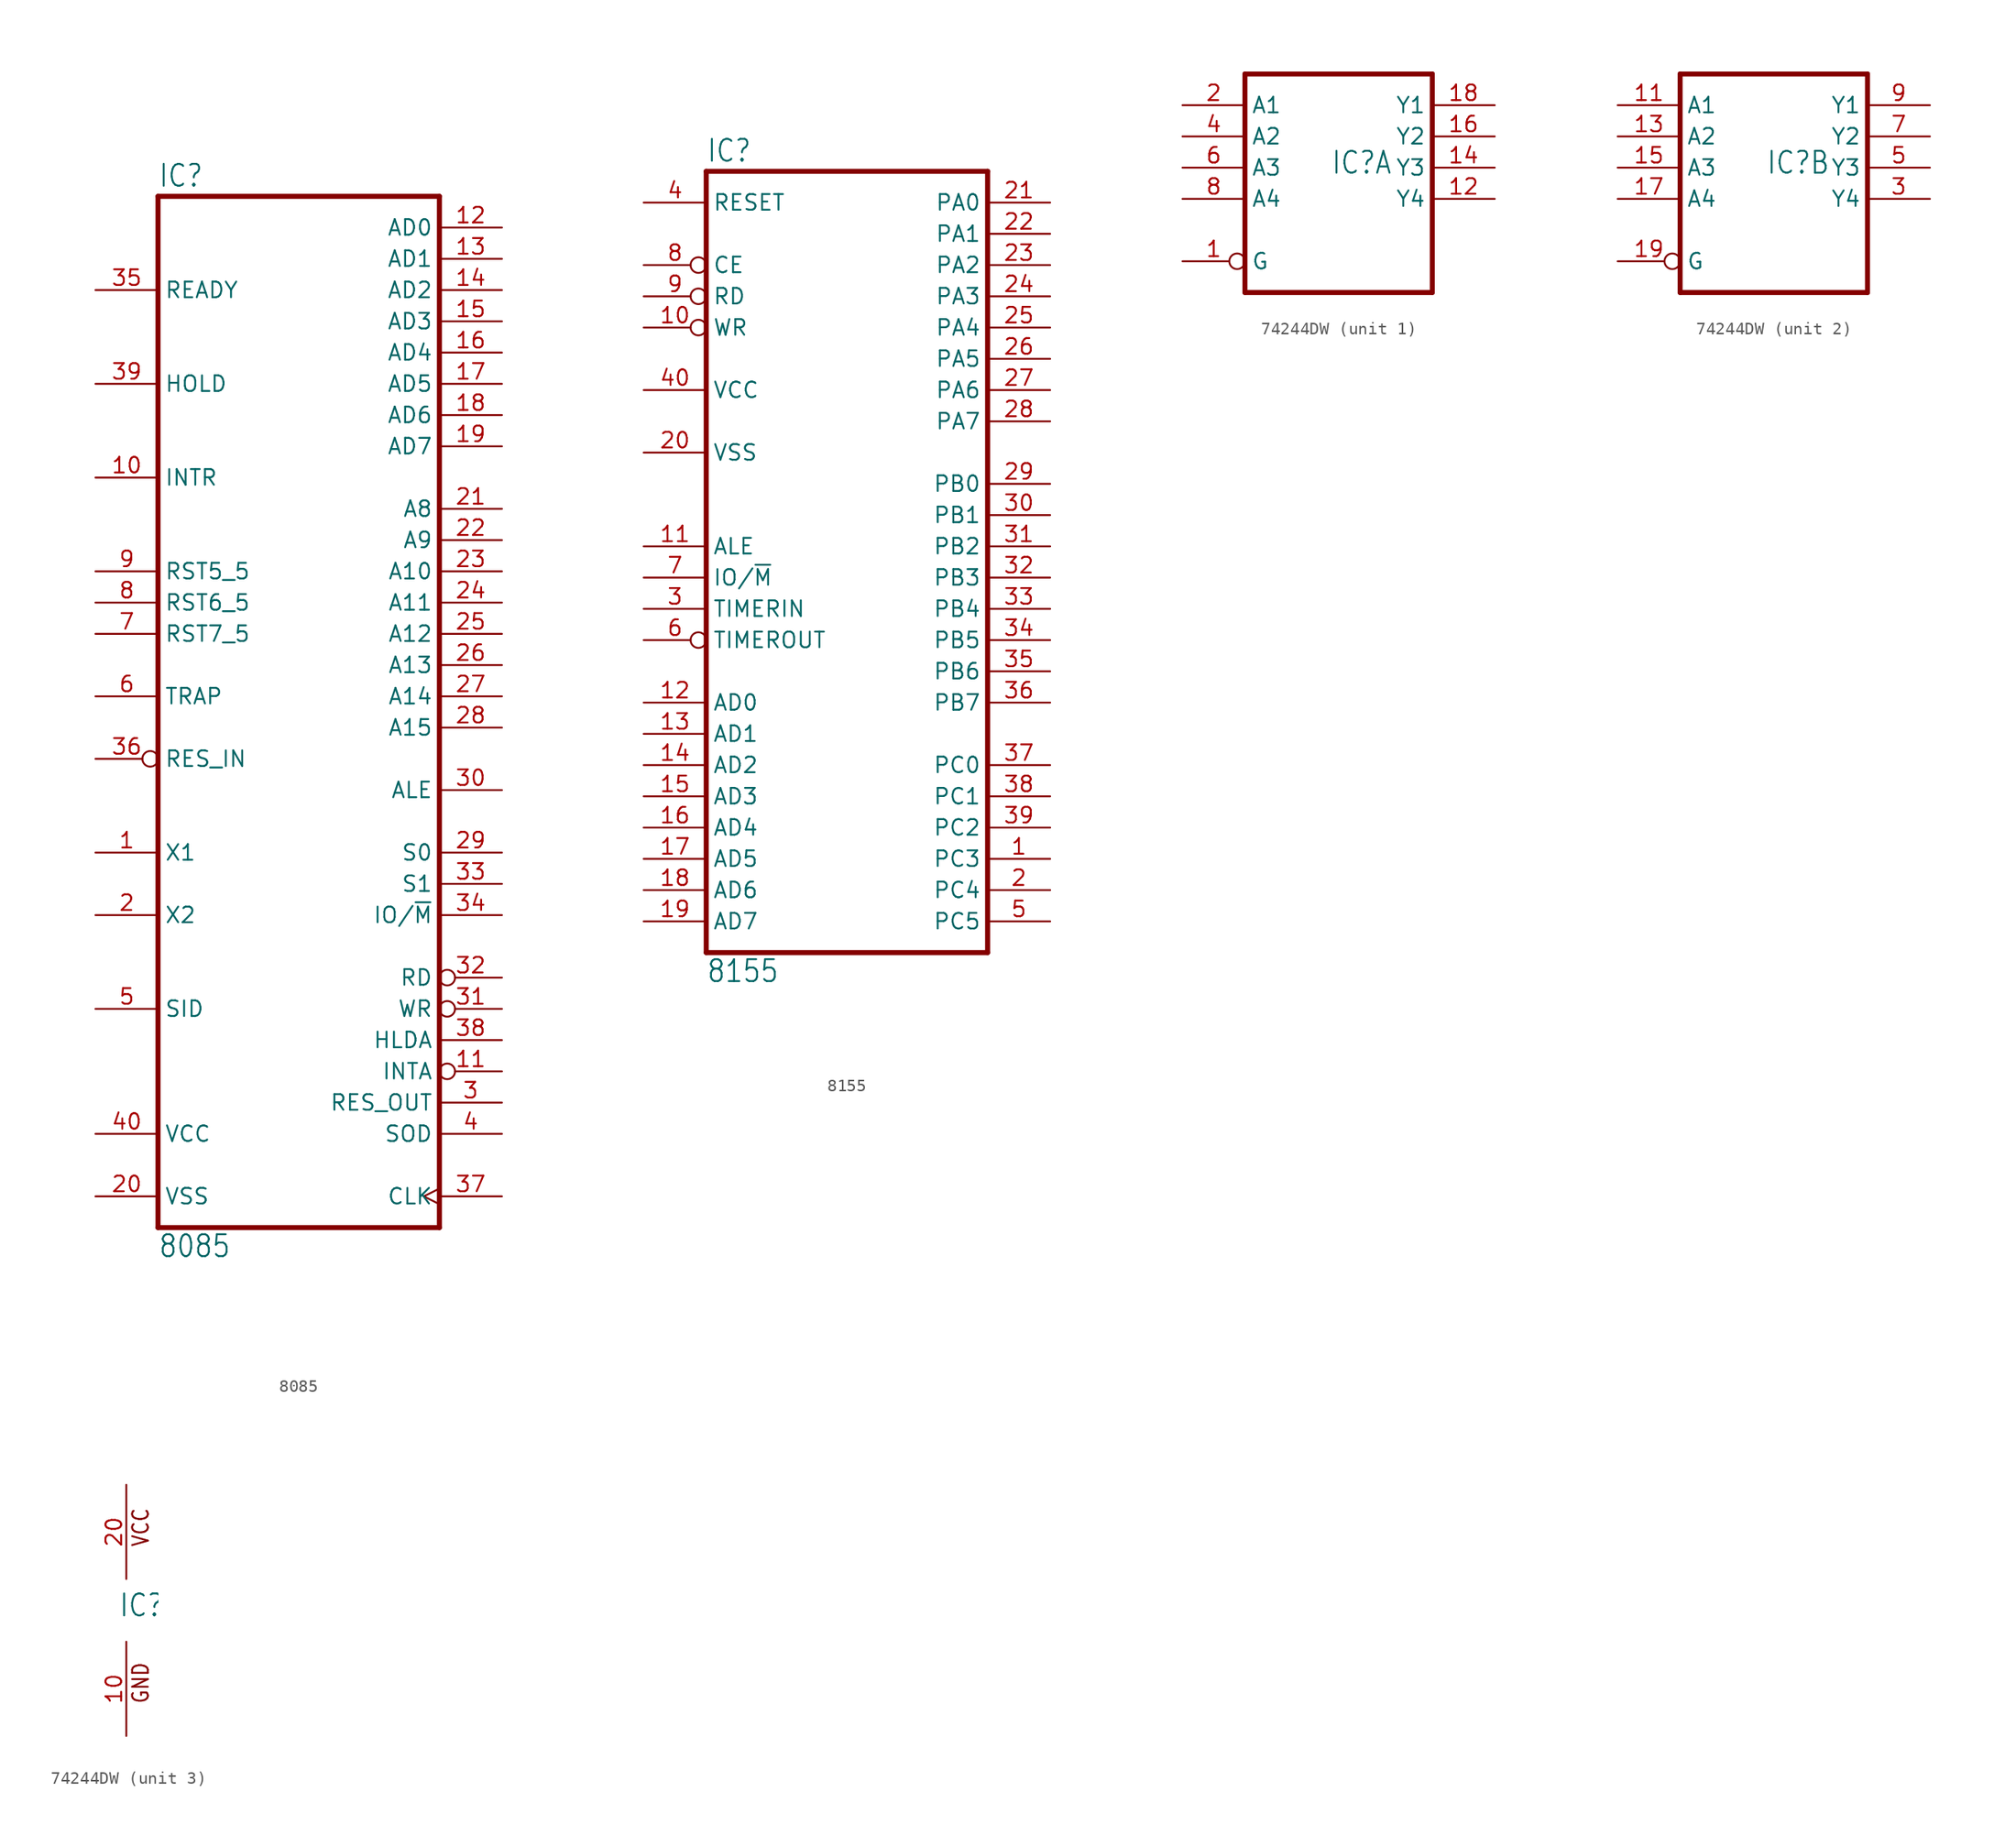
<source format=kicad_sym>
(kicad_symbol_lib
  (version 20211014)
  (generator kicad_symbol_editor)
  (symbol "8085"
    (property "Reference" "IC"
      (at -12.7 41.275 0)
      (effects (font (size 1.778 1.511)) (justify left bottom)))
    (property "Value" "8085"
      (at -12.7 -45.72 0)
      (effects (font (size 1.778 1.511)) (justify left bottom)))
    (property "ki_locked" ""
      (at 0 0 0)
      (effects (font (size 1.27 1.27))))
    (symbol "8085_1_0"
      (polyline (pts (xy -12.7 -43.18) (xy -12.7 40.64)) (stroke (width 0.406) (type default) (color 0 0 0 0)) (fill (type none)))
      (polyline (pts (xy -12.7 -43.18) (xy 10.16 -43.18)) (stroke (width 0.406) (type default) (color 0 0 0 0)) (fill (type none)))
      (polyline (pts (xy 10.16 40.64) (xy -12.7 40.64)) (stroke (width 0.406) (type default) (color 0 0 0 0)) (fill (type none)))
      (polyline (pts (xy 10.16 40.64) (xy 10.16 -43.18)) (stroke (width 0.406) (type default) (color 0 0 0 0)) (fill (type none)))
      (pin input line (at -17.78 -12.7 0) (length 5.08) (name "X1" (effects (font (size 1.27 1.27)))) (number "1" (effects (font (size 1.27 1.27)))))
      (pin input line (at -17.78 17.78 0) (length 5.08) (name "INTR" (effects (font (size 1.27 1.27)))) (number "10" (effects (font (size 1.27 1.27)))))
      (pin output inverted (at 15.24 -30.48 180) (length 5.08) (name "INTA" (effects (font (size 1.27 1.27)))) (number "11" (effects (font (size 1.27 1.27)))))
      (pin bidirectional line (at 15.24 38.1 180) (length 5.08) (name "AD0" (effects (font (size 1.27 1.27)))) (number "12" (effects (font (size 1.27 1.27)))))
      (pin bidirectional line (at 15.24 35.56 180) (length 5.08) (name "AD1" (effects (font (size 1.27 1.27)))) (number "13" (effects (font (size 1.27 1.27)))))
      (pin bidirectional line (at 15.24 33.02 180) (length 5.08) (name "AD2" (effects (font (size 1.27 1.27)))) (number "14" (effects (font (size 1.27 1.27)))))
      (pin bidirectional line (at 15.24 30.48 180) (length 5.08) (name "AD3" (effects (font (size 1.27 1.27)))) (number "15" (effects (font (size 1.27 1.27)))))
      (pin bidirectional line (at 15.24 27.94 180) (length 5.08) (name "AD4" (effects (font (size 1.27 1.27)))) (number "16" (effects (font (size 1.27 1.27)))))
      (pin bidirectional line (at 15.24 25.4 180) (length 5.08) (name "AD5" (effects (font (size 1.27 1.27)))) (number "17" (effects (font (size 1.27 1.27)))))
      (pin bidirectional line (at 15.24 22.86 180) (length 5.08) (name "AD6" (effects (font (size 1.27 1.27)))) (number "18" (effects (font (size 1.27 1.27)))))
      (pin bidirectional line (at 15.24 20.32 180) (length 5.08) (name "AD7" (effects (font (size 1.27 1.27)))) (number "19" (effects (font (size 1.27 1.27)))))
      (pin input line (at -17.78 -17.78 0) (length 5.08) (name "X2" (effects (font (size 1.27 1.27)))) (number "2" (effects (font (size 1.27 1.27)))))
      (pin power_in line (at -17.78 -40.64 0) (length 5.08) (name "VSS" (effects (font (size 1.27 1.27)))) (number "20" (effects (font (size 1.27 1.27)))))
      (pin output line (at 15.24 15.24 180) (length 5.08) (name "A8" (effects (font (size 1.27 1.27)))) (number "21" (effects (font (size 1.27 1.27)))))
      (pin output line (at 15.24 12.7 180) (length 5.08) (name "A9" (effects (font (size 1.27 1.27)))) (number "22" (effects (font (size 1.27 1.27)))))
      (pin output line (at 15.24 10.16 180) (length 5.08) (name "A10" (effects (font (size 1.27 1.27)))) (number "23" (effects (font (size 1.27 1.27)))))
      (pin output line (at 15.24 7.62 180) (length 5.08) (name "A11" (effects (font (size 1.27 1.27)))) (number "24" (effects (font (size 1.27 1.27)))))
      (pin output line (at 15.24 5.08 180) (length 5.08) (name "A12" (effects (font (size 1.27 1.27)))) (number "25" (effects (font (size 1.27 1.27)))))
      (pin output line (at 15.24 2.54 180) (length 5.08) (name "A13" (effects (font (size 1.27 1.27)))) (number "26" (effects (font (size 1.27 1.27)))))
      (pin output line (at 15.24 0 180) (length 5.08) (name "A14" (effects (font (size 1.27 1.27)))) (number "27" (effects (font (size 1.27 1.27)))))
      (pin output line (at 15.24 -2.54 180) (length 5.08) (name "A15" (effects (font (size 1.27 1.27)))) (number "28" (effects (font (size 1.27 1.27)))))
      (pin output line (at 15.24 -12.7 180) (length 5.08) (name "S0" (effects (font (size 1.27 1.27)))) (number "29" (effects (font (size 1.27 1.27)))))
      (pin output line (at 15.24 -33.02 180) (length 5.08) (name "RES_OUT" (effects (font (size 1.27 1.27)))) (number "3" (effects (font (size 1.27 1.27)))))
      (pin output line (at 15.24 -7.62 180) (length 5.08) (name "ALE" (effects (font (size 1.27 1.27)))) (number "30" (effects (font (size 1.27 1.27)))))
      (pin output inverted (at 15.24 -25.4 180) (length 5.08) (name "WR" (effects (font (size 1.27 1.27)))) (number "31" (effects (font (size 1.27 1.27)))))
      (pin output inverted (at 15.24 -22.86 180) (length 5.08) (name "RD" (effects (font (size 1.27 1.27)))) (number "32" (effects (font (size 1.27 1.27)))))
      (pin output line (at 15.24 -15.24 180) (length 5.08) (name "S1" (effects (font (size 1.27 1.27)))) (number "33" (effects (font (size 1.27 1.27)))))
      (pin output line (at 15.24 -17.78 180) (length 5.08) (name "IO/~{M}" (effects (font (size 1.27 1.27)))) (number "34" (effects (font (size 1.27 1.27)))))
      (pin input line (at -17.78 33.02 0) (length 5.08) (name "READY" (effects (font (size 1.27 1.27)))) (number "35" (effects (font (size 1.27 1.27)))))
      (pin input inverted (at -17.78 -5.08 0) (length 5.08) (name "RES_IN" (effects (font (size 1.27 1.27)))) (number "36" (effects (font (size 1.27 1.27)))))
      (pin output clock (at 15.24 -40.64 180) (length 5.08) (name "CLK" (effects (font (size 1.27 1.27)))) (number "37" (effects (font (size 1.27 1.27)))))
      (pin output line (at 15.24 -27.94 180) (length 5.08) (name "HLDA" (effects (font (size 1.27 1.27)))) (number "38" (effects (font (size 1.27 1.27)))))
      (pin input line (at -17.78 25.4 0) (length 5.08) (name "HOLD" (effects (font (size 1.27 1.27)))) (number "39" (effects (font (size 1.27 1.27)))))
      (pin output line (at 15.24 -35.56 180) (length 5.08) (name "SOD" (effects (font (size 1.27 1.27)))) (number "4" (effects (font (size 1.27 1.27)))))
      (pin power_in line (at -17.78 -35.56 0) (length 5.08) (name "VCC" (effects (font (size 1.27 1.27)))) (number "40" (effects (font (size 1.27 1.27)))))
      (pin input line (at -17.78 -25.4 0) (length 5.08) (name "SID" (effects (font (size 1.27 1.27)))) (number "5" (effects (font (size 1.27 1.27)))))
      (pin input line (at -17.78 0 0) (length 5.08) (name "TRAP" (effects (font (size 1.27 1.27)))) (number "6" (effects (font (size 1.27 1.27)))))
      (pin input line (at -17.78 5.08 0) (length 5.08) (name "RST7_5" (effects (font (size 1.27 1.27)))) (number "7" (effects (font (size 1.27 1.27)))))
      (pin input line (at -17.78 7.62 0) (length 5.08) (name "RST6_5" (effects (font (size 1.27 1.27)))) (number "8" (effects (font (size 1.27 1.27)))))
      (pin input line (at -17.78 10.16 0) (length 5.08) (name "RST5_5" (effects (font (size 1.27 1.27)))) (number "9" (effects (font (size 1.27 1.27)))))))
  (symbol "8155"
    (property "Reference" "IC"
      (at -12.7 33.655 0)
      (effects (font (size 1.778 1.511)) (justify left bottom)))
    (property "Value" "8155"
      (at -12.7 -33.02 0)
      (effects (font (size 1.778 1.511)) (justify left bottom)))
    (property "ki_locked" ""
      (at 0 0 0)
      (effects (font (size 1.27 1.27))))
    (symbol "8155_1_0"
      (polyline (pts (xy -12.7 -30.48) (xy -12.7 33.02)) (stroke (width 0.406) (type default) (color 0 0 0 0)) (fill (type none)))
      (polyline (pts (xy -12.7 -30.48) (xy 10.16 -30.48)) (stroke (width 0.406) (type default) (color 0 0 0 0)) (fill (type none)))
      (polyline (pts (xy 10.16 33.02) (xy -12.7 33.02)) (stroke (width 0.406) (type default) (color 0 0 0 0)) (fill (type none)))
      (polyline (pts (xy 10.16 33.02) (xy 10.16 -30.48)) (stroke (width 0.406) (type default) (color 0 0 0 0)) (fill (type none)))
      (pin bidirectional line (at 15.24 -22.86 180) (length 5.08) (name "PC3" (effects (font (size 1.27 1.27)))) (number "1" (effects (font (size 1.27 1.27)))))
      (pin input inverted (at -17.78 20.32 0) (length 5.08) (name "WR" (effects (font (size 1.27 1.27)))) (number "10" (effects (font (size 1.27 1.27)))))
      (pin input line (at -17.78 2.54 0) (length 5.08) (name "ALE" (effects (font (size 1.27 1.27)))) (number "11" (effects (font (size 1.27 1.27)))))
      (pin bidirectional line (at -17.78 -10.16 0) (length 5.08) (name "AD0" (effects (font (size 1.27 1.27)))) (number "12" (effects (font (size 1.27 1.27)))))
      (pin bidirectional line (at -17.78 -12.7 0) (length 5.08) (name "AD1" (effects (font (size 1.27 1.27)))) (number "13" (effects (font (size 1.27 1.27)))))
      (pin bidirectional line (at -17.78 -15.24 0) (length 5.08) (name "AD2" (effects (font (size 1.27 1.27)))) (number "14" (effects (font (size 1.27 1.27)))))
      (pin bidirectional line (at -17.78 -17.78 0) (length 5.08) (name "AD3" (effects (font (size 1.27 1.27)))) (number "15" (effects (font (size 1.27 1.27)))))
      (pin bidirectional line (at -17.78 -20.32 0) (length 5.08) (name "AD4" (effects (font (size 1.27 1.27)))) (number "16" (effects (font (size 1.27 1.27)))))
      (pin bidirectional line (at -17.78 -22.86 0) (length 5.08) (name "AD5" (effects (font (size 1.27 1.27)))) (number "17" (effects (font (size 1.27 1.27)))))
      (pin bidirectional line (at -17.78 -25.4 0) (length 5.08) (name "AD6" (effects (font (size 1.27 1.27)))) (number "18" (effects (font (size 1.27 1.27)))))
      (pin bidirectional line (at -17.78 -27.94 0) (length 5.08) (name "AD7" (effects (font (size 1.27 1.27)))) (number "19" (effects (font (size 1.27 1.27)))))
      (pin bidirectional line (at 15.24 -25.4 180) (length 5.08) (name "PC4" (effects (font (size 1.27 1.27)))) (number "2" (effects (font (size 1.27 1.27)))))
      (pin power_in line (at -17.78 10.16 0) (length 5.08) (name "VSS" (effects (font (size 1.27 1.27)))) (number "20" (effects (font (size 1.27 1.27)))))
      (pin bidirectional line (at 15.24 30.48 180) (length 5.08) (name "PA0" (effects (font (size 1.27 1.27)))) (number "21" (effects (font (size 1.27 1.27)))))
      (pin bidirectional line (at 15.24 27.94 180) (length 5.08) (name "PA1" (effects (font (size 1.27 1.27)))) (number "22" (effects (font (size 1.27 1.27)))))
      (pin bidirectional line (at 15.24 25.4 180) (length 5.08) (name "PA2" (effects (font (size 1.27 1.27)))) (number "23" (effects (font (size 1.27 1.27)))))
      (pin bidirectional line (at 15.24 22.86 180) (length 5.08) (name "PA3" (effects (font (size 1.27 1.27)))) (number "24" (effects (font (size 1.27 1.27)))))
      (pin bidirectional line (at 15.24 20.32 180) (length 5.08) (name "PA4" (effects (font (size 1.27 1.27)))) (number "25" (effects (font (size 1.27 1.27)))))
      (pin bidirectional line (at 15.24 17.78 180) (length 5.08) (name "PA5" (effects (font (size 1.27 1.27)))) (number "26" (effects (font (size 1.27 1.27)))))
      (pin bidirectional line (at 15.24 15.24 180) (length 5.08) (name "PA6" (effects (font (size 1.27 1.27)))) (number "27" (effects (font (size 1.27 1.27)))))
      (pin bidirectional line (at 15.24 12.7 180) (length 5.08) (name "PA7" (effects (font (size 1.27 1.27)))) (number "28" (effects (font (size 1.27 1.27)))))
      (pin bidirectional line (at 15.24 7.62 180) (length 5.08) (name "PB0" (effects (font (size 1.27 1.27)))) (number "29" (effects (font (size 1.27 1.27)))))
      (pin input line (at -17.78 -2.54 0) (length 5.08) (name "TIMERIN" (effects (font (size 1.27 1.27)))) (number "3" (effects (font (size 1.27 1.27)))))
      (pin bidirectional line (at 15.24 5.08 180) (length 5.08) (name "PB1" (effects (font (size 1.27 1.27)))) (number "30" (effects (font (size 1.27 1.27)))))
      (pin bidirectional line (at 15.24 2.54 180) (length 5.08) (name "PB2" (effects (font (size 1.27 1.27)))) (number "31" (effects (font (size 1.27 1.27)))))
      (pin bidirectional line (at 15.24 0 180) (length 5.08) (name "PB3" (effects (font (size 1.27 1.27)))) (number "32" (effects (font (size 1.27 1.27)))))
      (pin bidirectional line (at 15.24 -2.54 180) (length 5.08) (name "PB4" (effects (font (size 1.27 1.27)))) (number "33" (effects (font (size 1.27 1.27)))))
      (pin bidirectional line (at 15.24 -5.08 180) (length 5.08) (name "PB5" (effects (font (size 1.27 1.27)))) (number "34" (effects (font (size 1.27 1.27)))))
      (pin bidirectional line (at 15.24 -7.62 180) (length 5.08) (name "PB6" (effects (font (size 1.27 1.27)))) (number "35" (effects (font (size 1.27 1.27)))))
      (pin bidirectional line (at 15.24 -10.16 180) (length 5.08) (name "PB7" (effects (font (size 1.27 1.27)))) (number "36" (effects (font (size 1.27 1.27)))))
      (pin bidirectional line (at 15.24 -15.24 180) (length 5.08) (name "PC0" (effects (font (size 1.27 1.27)))) (number "37" (effects (font (size 1.27 1.27)))))
      (pin bidirectional line (at 15.24 -17.78 180) (length 5.08) (name "PC1" (effects (font (size 1.27 1.27)))) (number "38" (effects (font (size 1.27 1.27)))))
      (pin bidirectional line (at 15.24 -20.32 180) (length 5.08) (name "PC2" (effects (font (size 1.27 1.27)))) (number "39" (effects (font (size 1.27 1.27)))))
      (pin input line (at -17.78 30.48 0) (length 5.08) (name "RESET" (effects (font (size 1.27 1.27)))) (number "4" (effects (font (size 1.27 1.27)))))
      (pin power_in line (at -17.78 15.24 0) (length 5.08) (name "VCC" (effects (font (size 1.27 1.27)))) (number "40" (effects (font (size 1.27 1.27)))))
      (pin bidirectional line (at 15.24 -27.94 180) (length 5.08) (name "PC5" (effects (font (size 1.27 1.27)))) (number "5" (effects (font (size 1.27 1.27)))))
      (pin output inverted (at -17.78 -5.08 0) (length 5.08) (name "TIMEROUT" (effects (font (size 1.27 1.27)))) (number "6" (effects (font (size 1.27 1.27)))))
      (pin input line (at -17.78 0 0) (length 5.08) (name "IO/~{M}" (effects (font (size 1.27 1.27)))) (number "7" (effects (font (size 1.27 1.27)))))
      (pin input inverted (at -17.78 25.4 0) (length 5.08) (name "CE" (effects (font (size 1.27 1.27)))) (number "8" (effects (font (size 1.27 1.27)))))
      (pin input inverted (at -17.78 22.86 0) (length 5.08) (name "RD" (effects (font (size 1.27 1.27)))) (number "9" (effects (font (size 1.27 1.27)))))))
  (symbol "74244DW"
    (property "Reference" "IC"
      (at -0.635 -0.635 0)
      (effects (font (size 1.778 1.511)) (justify left bottom)))
    (property "ki_locked" ""
      (at 0 0 0)
      (effects (font (size 1.27 1.27))))
    (symbol "74244DW_1_0"
      (polyline (pts (xy -7.62 -10.16) (xy 7.62 -10.16)) (stroke (width 0.406) (type default) (color 0 0 0 0)) (fill (type none)))
      (polyline (pts (xy -7.62 7.62) (xy -7.62 -10.16)) (stroke (width 0.406) (type default) (color 0 0 0 0)) (fill (type none)))
      (polyline (pts (xy 7.62 -10.16) (xy 7.62 7.62)) (stroke (width 0.406) (type default) (color 0 0 0 0)) (fill (type none)))
      (polyline (pts (xy 7.62 7.62) (xy -7.62 7.62)) (stroke (width 0.406) (type default) (color 0 0 0 0)) (fill (type none)))
      (pin input inverted (at -12.7 -7.62 0) (length 5.08) (name "G" (effects (font (size 1.27 1.27)))) (number "1" (effects (font (size 1.27 1.27)))))
      (pin tri_state line (at 12.7 -2.54 180) (length 5.08) (name "Y4" (effects (font (size 1.27 1.27)))) (number "12" (effects (font (size 1.27 1.27)))))
      (pin tri_state line (at 12.7 0 180) (length 5.08) (name "Y3" (effects (font (size 1.27 1.27)))) (number "14" (effects (font (size 1.27 1.27)))))
      (pin tri_state line (at 12.7 2.54 180) (length 5.08) (name "Y2" (effects (font (size 1.27 1.27)))) (number "16" (effects (font (size 1.27 1.27)))))
      (pin tri_state line (at 12.7 5.08 180) (length 5.08) (name "Y1" (effects (font (size 1.27 1.27)))) (number "18" (effects (font (size 1.27 1.27)))))
      (pin input line (at -12.7 5.08 0) (length 5.08) (name "A1" (effects (font (size 1.27 1.27)))) (number "2" (effects (font (size 1.27 1.27)))))
      (pin input line (at -12.7 2.54 0) (length 5.08) (name "A2" (effects (font (size 1.27 1.27)))) (number "4" (effects (font (size 1.27 1.27)))))
      (pin input line (at -12.7 0 0) (length 5.08) (name "A3" (effects (font (size 1.27 1.27)))) (number "6" (effects (font (size 1.27 1.27)))))
      (pin input line (at -12.7 -2.54 0) (length 5.08) (name "A4" (effects (font (size 1.27 1.27)))) (number "8" (effects (font (size 1.27 1.27))))))
    (symbol "74244DW_2_0"
      (polyline (pts (xy -7.62 -10.16) (xy 7.62 -10.16)) (stroke (width 0.406) (type default) (color 0 0 0 0)) (fill (type none)))
      (polyline (pts (xy -7.62 7.62) (xy -7.62 -10.16)) (stroke (width 0.406) (type default) (color 0 0 0 0)) (fill (type none)))
      (polyline (pts (xy 7.62 -10.16) (xy 7.62 7.62)) (stroke (width 0.406) (type default) (color 0 0 0 0)) (fill (type none)))
      (polyline (pts (xy 7.62 7.62) (xy -7.62 7.62)) (stroke (width 0.406) (type default) (color 0 0 0 0)) (fill (type none)))
      (pin input line (at -12.7 5.08 0) (length 5.08) (name "A1" (effects (font (size 1.27 1.27)))) (number "11" (effects (font (size 1.27 1.27)))))
      (pin input line (at -12.7 2.54 0) (length 5.08) (name "A2" (effects (font (size 1.27 1.27)))) (number "13" (effects (font (size 1.27 1.27)))))
      (pin input line (at -12.7 0 0) (length 5.08) (name "A3" (effects (font (size 1.27 1.27)))) (number "15" (effects (font (size 1.27 1.27)))))
      (pin input line (at -12.7 -2.54 0) (length 5.08) (name "A4" (effects (font (size 1.27 1.27)))) (number "17" (effects (font (size 1.27 1.27)))))
      (pin input inverted (at -12.7 -7.62 0) (length 5.08) (name "G" (effects (font (size 1.27 1.27)))) (number "19" (effects (font (size 1.27 1.27)))))
      (pin tri_state line (at 12.7 -2.54 180) (length 5.08) (name "Y4" (effects (font (size 1.27 1.27)))) (number "3" (effects (font (size 1.27 1.27)))))
      (pin tri_state line (at 12.7 0 180) (length 5.08) (name "Y3" (effects (font (size 1.27 1.27)))) (number "5" (effects (font (size 1.27 1.27)))))
      (pin tri_state line (at 12.7 2.54 180) (length 5.08) (name "Y2" (effects (font (size 1.27 1.27)))) (number "7" (effects (font (size 1.27 1.27)))))
      (pin tri_state line (at 12.7 5.08 180) (length 5.08) (name "Y1" (effects (font (size 1.27 1.27)))) (number "9" (effects (font (size 1.27 1.27))))))
    (symbol "74244DW_3_0"
      (text "GND" (at 1.905 -7.62 900) (effects (font (size 1.27 1.079)) (justify left bottom)))
      (text "VCC" (at 1.905 5.08 900) (effects (font (size 1.27 1.079)) (justify left bottom)))
      (pin power_in line (at 0 -10.16 90) (length 7.62) (name "GND" (effects (font (size 0 0)))) (number "10" (effects (font (size 1.27 1.27)))))
      (pin power_in line (at 0 10.16 270) (length 7.62) (name "VCC" (effects (font (size 0 0)))) (number "20" (effects (font (size 1.27 1.27))))))))
</source>
